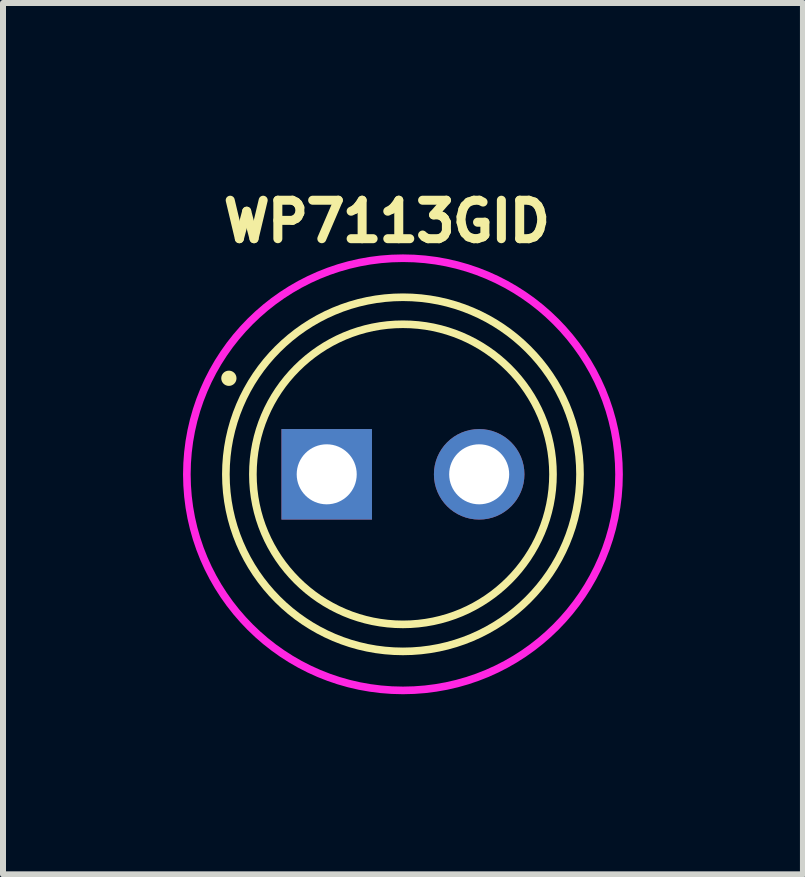
<source format=kicad_pcb>
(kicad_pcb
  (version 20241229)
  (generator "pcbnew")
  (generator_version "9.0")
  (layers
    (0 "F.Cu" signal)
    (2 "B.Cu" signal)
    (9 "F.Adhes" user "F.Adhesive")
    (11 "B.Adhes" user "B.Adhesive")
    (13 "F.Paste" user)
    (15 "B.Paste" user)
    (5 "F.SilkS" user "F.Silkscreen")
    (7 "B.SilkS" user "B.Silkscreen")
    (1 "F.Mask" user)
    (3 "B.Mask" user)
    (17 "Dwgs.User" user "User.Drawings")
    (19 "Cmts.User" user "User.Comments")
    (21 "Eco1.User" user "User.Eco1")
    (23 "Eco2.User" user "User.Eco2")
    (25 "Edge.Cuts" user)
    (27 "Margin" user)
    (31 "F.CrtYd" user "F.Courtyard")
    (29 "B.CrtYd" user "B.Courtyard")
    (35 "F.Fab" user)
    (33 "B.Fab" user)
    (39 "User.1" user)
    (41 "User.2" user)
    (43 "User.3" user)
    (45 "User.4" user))
  (footprint "WP7113GID"
    (layer "F.Cu")
    (at 3.663 4.852)
    (property "Reference" "WP7113GID" (at -0.268 -4.214 0) (layer "F.SilkS") (effects (font (size 0.641 0.641) (thickness 0.15))))
    (attr through_hole)
    (fp_circle (center -2.9 -1.6) (end -2.773 -1.6) (stroke (width 0) (type solid)) (fill yes) (layer "F.SilkS"))
    (fp_circle (center 0 0) (end 2.5 0) (stroke (width 0.127) (type solid)) (fill no) (layer "F.SilkS"))
    (fp_circle (center 0 0) (end 2.95 0) (stroke (width 0.127) (type solid)) (fill no) (layer "F.SilkS"))
    (fp_circle (center 0 0) (end 3.6 0) (stroke (width 0.127) (type solid)) (fill no) (layer "F.CrtYd"))
    (pad "A" thru_hole circle (at 1.27 0) (size 1.508 1.508) (drill 1) (layers "*.Cu" "*.Mask"))
    (pad "C" thru_hole rect (at -1.27 0) (size 1.508 1.508) (drill 1) (layers "*.Cu" "*.Mask")))
  (gr_rect
    (start -3 -3)
    (end 10.327 11.516)
    (stroke (width 0.1) (type default))
    (fill no)
    (layer "Edge.Cuts")))
</source>
